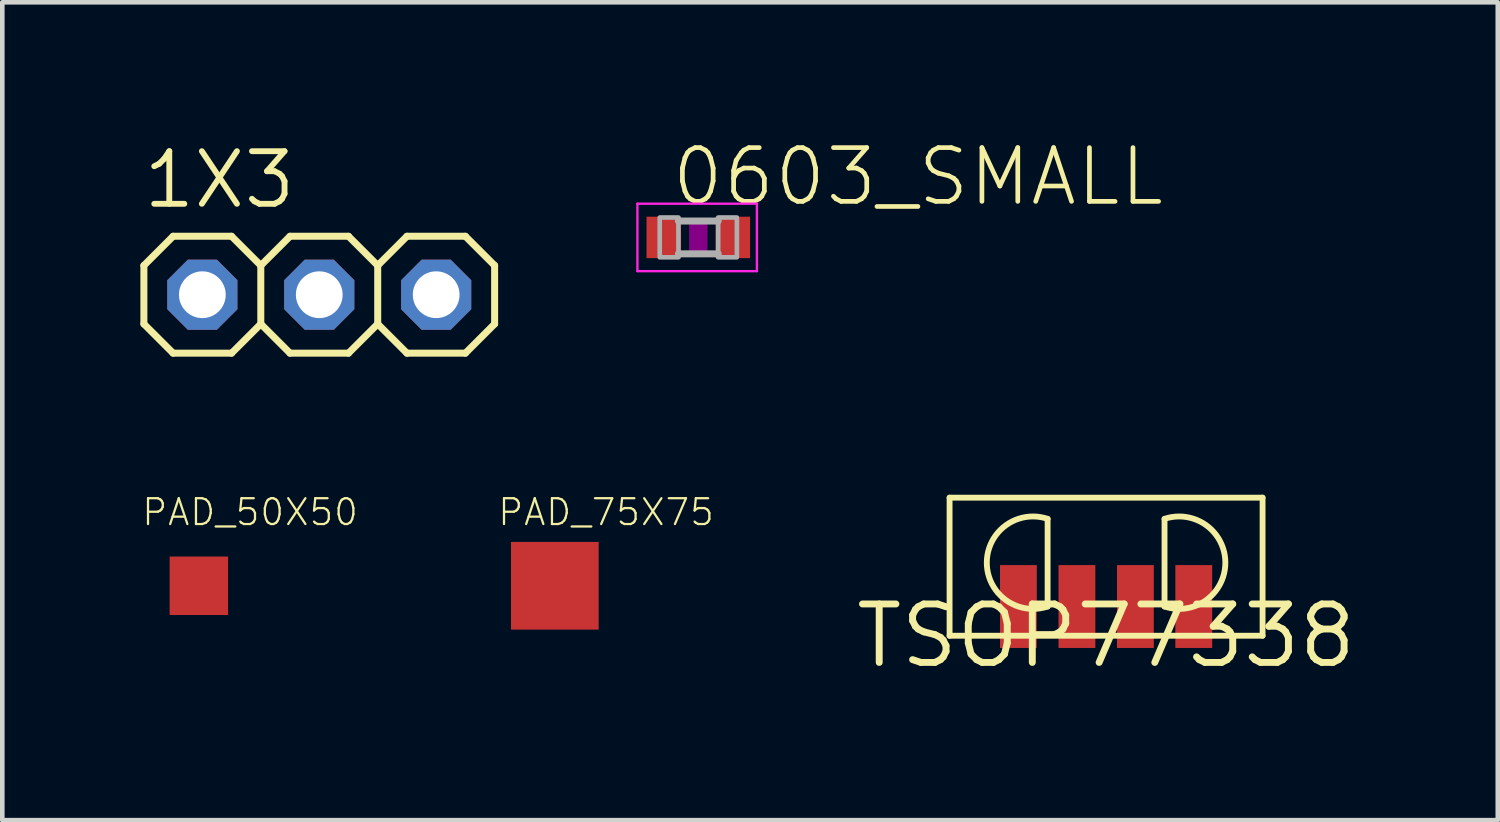
<source format=kicad_pcb>
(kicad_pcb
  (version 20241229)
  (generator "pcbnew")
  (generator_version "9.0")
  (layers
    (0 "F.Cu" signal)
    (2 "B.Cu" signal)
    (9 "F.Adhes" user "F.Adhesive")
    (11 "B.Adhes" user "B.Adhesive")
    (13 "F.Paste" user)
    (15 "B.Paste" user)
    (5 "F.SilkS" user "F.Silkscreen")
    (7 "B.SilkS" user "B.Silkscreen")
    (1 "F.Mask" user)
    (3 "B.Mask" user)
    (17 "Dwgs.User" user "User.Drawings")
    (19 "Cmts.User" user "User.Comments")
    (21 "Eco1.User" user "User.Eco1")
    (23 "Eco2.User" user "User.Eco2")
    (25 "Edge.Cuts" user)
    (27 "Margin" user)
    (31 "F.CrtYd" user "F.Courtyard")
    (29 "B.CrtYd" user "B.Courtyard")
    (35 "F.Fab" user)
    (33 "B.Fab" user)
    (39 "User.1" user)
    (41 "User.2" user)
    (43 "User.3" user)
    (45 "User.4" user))
  (footprint "PAD_50X50"
    (layer "F.Cu")
    (at 1.27 9.676)
    (property "Reference" "PAD_50X50" (at -1.27 -1.27 0) (unlocked yes) (layer "F.SilkS") (effects (font (size 0.561 0.561) (thickness 0.049)) (justify left bottom)))
    (pad "P$1" smd rect (at 0 0) (size 1.27 1.27) (layers "F.Cu" "F.Mask" "F.Paste")))
  (footprint "TSOP77338"
    (layer "F.Cu")
    (at 20.98 10.762)
    (property "Reference" "TSOP77338" (at 0 0 0) (layer "F.SilkS") (effects (font (size 1.27 1.27) (thickness 0.15))))
    (fp_line (start -3.4 -3) (end -3.4 0) (stroke (width 0.127) (type solid)) (layer "F.SilkS"))
    (fp_line (start -3.4 0) (end 3.4 0) (stroke (width 0.127) (type solid)) (layer "F.SilkS"))
    (fp_line (start -1.27 -0.635) (end -1.27 -2.54) (stroke (width 0.127) (type solid)) (layer "F.SilkS"))
    (fp_line (start 1.27 -0.635) (end 1.27 -2.54) (stroke (width 0.127) (type solid)) (layer "F.SilkS"))
    (fp_line (start 3.4 -3) (end -3.4 -3) (stroke (width 0.127) (type solid)) (layer "F.SilkS"))
    (fp_line (start 3.4 0) (end 3.4 -3) (stroke (width 0.127) (type solid)) (layer "F.SilkS"))
    (fp_arc (start -1.27 -0.635) (mid -2.591523 -1.5875) (end -1.27 -2.54) (stroke (width 0.127) (type solid)) (layer "F.SilkS"))
    (fp_arc (start 1.27 -2.54) (mid 2.591523 -1.5875) (end 1.27 -0.635) (stroke (width 0.127) (type solid)) (layer "F.SilkS"))
    (pad "1" smd rect (at -1.905 -0.635 90) (size 1.8 0.8) (layers "F.Cu" "F.Mask" "F.Paste"))
    (pad "2" smd rect (at -0.633 -0.635 90) (size 1.8 0.8) (layers "F.Cu" "F.Mask" "F.Paste"))
    (pad "3" smd rect (at 0.637 -0.635 90) (size 1.8 0.8) (layers "F.Cu" "F.Mask" "F.Paste"))
    (pad "4" smd rect (at 1.905 -0.635 90) (size 1.8 0.8) (layers "F.Cu" "F.Mask" "F.Paste")))
  (footprint "0603_SMALL"
    (layer "F.Cu")
    (at 12.121 2.108)
    (property "Reference" "0603_SMALL" (at -0.635 -0.635 0) (unlocked yes) (layer "F.SilkS") (effects (font (size 1.168 1.168) (thickness 0.102)) (justify left bottom)))
    (fp_poly (pts (xy -0.2 0.4) (xy 0.2 0.4) (xy 0.2 -0.4) (xy -0.2 -0.4)) (stroke (width 0) (type default)) (fill yes) (layer "F.Adhes"))
    (fp_line (start -1.323 -0.733) (end 1.273 -0.733) (stroke (width 0.051) (type solid)) (layer "F.CrtYd"))
    (fp_line (start -1.323 0.733) (end -1.323 -0.733) (stroke (width 0.051) (type solid)) (layer "F.CrtYd"))
    (fp_line (start 1.273 -0.733) (end 1.273 0.733) (stroke (width 0.051) (type solid)) (layer "F.CrtYd"))
    (fp_line (start 1.273 0.733) (end -1.323 0.733) (stroke (width 0.051) (type solid)) (layer "F.CrtYd"))
    (fp_line (start -0.432 0.356) (end 0.432 0.356) (stroke (width 0.152) (type solid)) (layer "F.Fab"))
    (fp_line (start 0.432 -0.356) (end -0.432 -0.356) (stroke (width 0.152) (type solid)) (layer "F.Fab"))
    (fp_poly (pts (xy -0.838 0.432) (xy -0.432 0.432) (xy -0.432 -0.432) (xy -0.838 -0.432)) (stroke (width 0.1) (type default)) (fill no) (layer "F.Fab"))
    (fp_poly (pts (xy 0.432 0.432) (xy 0.838 0.432) (xy 0.838 -0.432) (xy 0.432 -0.432)) (stroke (width 0.1) (type default)) (fill no) (layer "F.Fab"))
    (pad "1" smd rect (at -0.75 0) (size 0.75 0.9) (layers "F.Cu" "F.Mask" "F.Paste"))
    (pad "2" smd rect (at 0.75 0) (size 0.75 0.9) (layers "F.Cu" "F.Mask" "F.Paste")))
  (footprint "1X3"
    (layer "F.Cu")
    (at 3.886 3.353)
    (property "Reference" "1X3" (at -3.886 -1.829 0) (unlocked yes) (layer "F.SilkS") (effects (font (size 1.143 1.143) (thickness 0.127)) (justify left bottom)))
    (fp_line (start -3.81 -0.635) (end -3.81 0.635) (stroke (width 0.152) (type solid)) (layer "F.SilkS"))
    (fp_line (start -3.81 0.635) (end -3.175 1.27) (stroke (width 0.152) (type solid)) (layer "F.SilkS"))
    (fp_line (start -3.175 -1.27) (end -3.81 -0.635) (stroke (width 0.152) (type solid)) (layer "F.SilkS"))
    (fp_line (start -3.175 -1.27) (end -1.905 -1.27) (stroke (width 0.152) (type solid)) (layer "F.SilkS"))
    (fp_line (start -1.905 -1.27) (end -1.27 -0.635) (stroke (width 0.152) (type solid)) (layer "F.SilkS"))
    (fp_line (start -1.905 1.27) (end -3.175 1.27) (stroke (width 0.152) (type solid)) (layer "F.SilkS"))
    (fp_line (start -1.27 -0.635) (end -1.27 0.635) (stroke (width 0.152) (type solid)) (layer "F.SilkS"))
    (fp_line (start -1.27 -0.635) (end -0.635 -1.27) (stroke (width 0.152) (type solid)) (layer "F.SilkS"))
    (fp_line (start -1.27 0.635) (end -1.905 1.27) (stroke (width 0.152) (type solid)) (layer "F.SilkS"))
    (fp_line (start -0.635 -1.27) (end 0.635 -1.27) (stroke (width 0.152) (type solid)) (layer "F.SilkS"))
    (fp_line (start -0.635 1.27) (end -1.27 0.635) (stroke (width 0.152) (type solid)) (layer "F.SilkS"))
    (fp_line (start 0.635 -1.27) (end 1.27 -0.635) (stroke (width 0.152) (type solid)) (layer "F.SilkS"))
    (fp_line (start 0.635 1.27) (end -0.635 1.27) (stroke (width 0.152) (type solid)) (layer "F.SilkS"))
    (fp_line (start 1.27 -0.635) (end 1.27 0.635) (stroke (width 0.152) (type solid)) (layer "F.SilkS"))
    (fp_line (start 1.27 -0.635) (end 1.905 -1.27) (stroke (width 0.152) (type solid)) (layer "F.SilkS"))
    (fp_line (start 1.27 0.635) (end 0.635 1.27) (stroke (width 0.152) (type solid)) (layer "F.SilkS"))
    (fp_line (start 1.905 -1.27) (end 3.175 -1.27) (stroke (width 0.152) (type solid)) (layer "F.SilkS"))
    (fp_line (start 1.905 1.27) (end 1.27 0.635) (stroke (width 0.152) (type solid)) (layer "F.SilkS"))
    (fp_line (start 3.175 -1.27) (end 3.81 -0.635) (stroke (width 0.152) (type solid)) (layer "F.SilkS"))
    (fp_line (start 3.175 1.27) (end 1.905 1.27) (stroke (width 0.152) (type solid)) (layer "F.SilkS"))
    (fp_line (start 3.81 -0.635) (end 3.81 0.635) (stroke (width 0.152) (type solid)) (layer "F.SilkS"))
    (fp_line (start 3.81 0.635) (end 3.175 1.27) (stroke (width 0.152) (type solid)) (layer "F.SilkS"))
    (fp_poly (pts (xy -2.794 0.254) (xy -2.286 0.254) (xy -2.286 -0.254) (xy -2.794 -0.254)) (stroke (width 0.1) (type default)) (fill no) (layer "F.Fab"))
    (fp_poly (pts (xy -0.254 0.254) (xy 0.254 0.254) (xy 0.254 -0.254) (xy -0.254 -0.254)) (stroke (width 0.1) (type default)) (fill no) (layer "F.Fab"))
    (fp_poly (pts (xy 2.286 0.254) (xy 2.794 0.254) (xy 2.794 -0.254) (xy 2.286 -0.254)) (stroke (width 0.1) (type default)) (fill no) (layer "F.Fab"))
    (pad "1" thru_hole roundrect (at -2.54 0 90) (size 1.524 1.524) (drill 1.016) (layers "*.Cu" "*.Mask") (roundrect_rratio 0.25) (chamfer_ratio 0.293) (chamfer top_left top_right bottom_left bottom_right))
    (pad "2" thru_hole roundrect (at 0 0 90) (size 1.524 1.524) (drill 1.016) (layers "*.Cu" "*.Mask") (roundrect_rratio 0.25) (chamfer_ratio 0.293) (chamfer top_left top_right bottom_left bottom_right))
    (pad "3" thru_hole roundrect (at 2.54 0 90) (size 1.524 1.524) (drill 1.016) (layers "*.Cu" "*.Mask") (roundrect_rratio 0.25) (chamfer_ratio 0.293) (chamfer top_left top_right bottom_left bottom_right)))
  (footprint "PAD_75X75"
    (layer "F.Cu")
    (at 9.004 9.676)
    (property "Reference" "PAD_75X75" (at -1.27 -1.27 0) (unlocked yes) (layer "F.SilkS") (effects (font (size 0.561 0.561) (thickness 0.049)) (justify left bottom)))
    (pad "P$1" smd rect (at 0 0) (size 1.905 1.905) (layers "F.Cu" "F.Mask" "F.Paste")))
  (gr_rect
    (start -3 -3)
    (end 29.49 14.769)
    (stroke (width 0.1) (type default))
    (fill no)
    (layer "Edge.Cuts")))
</source>
